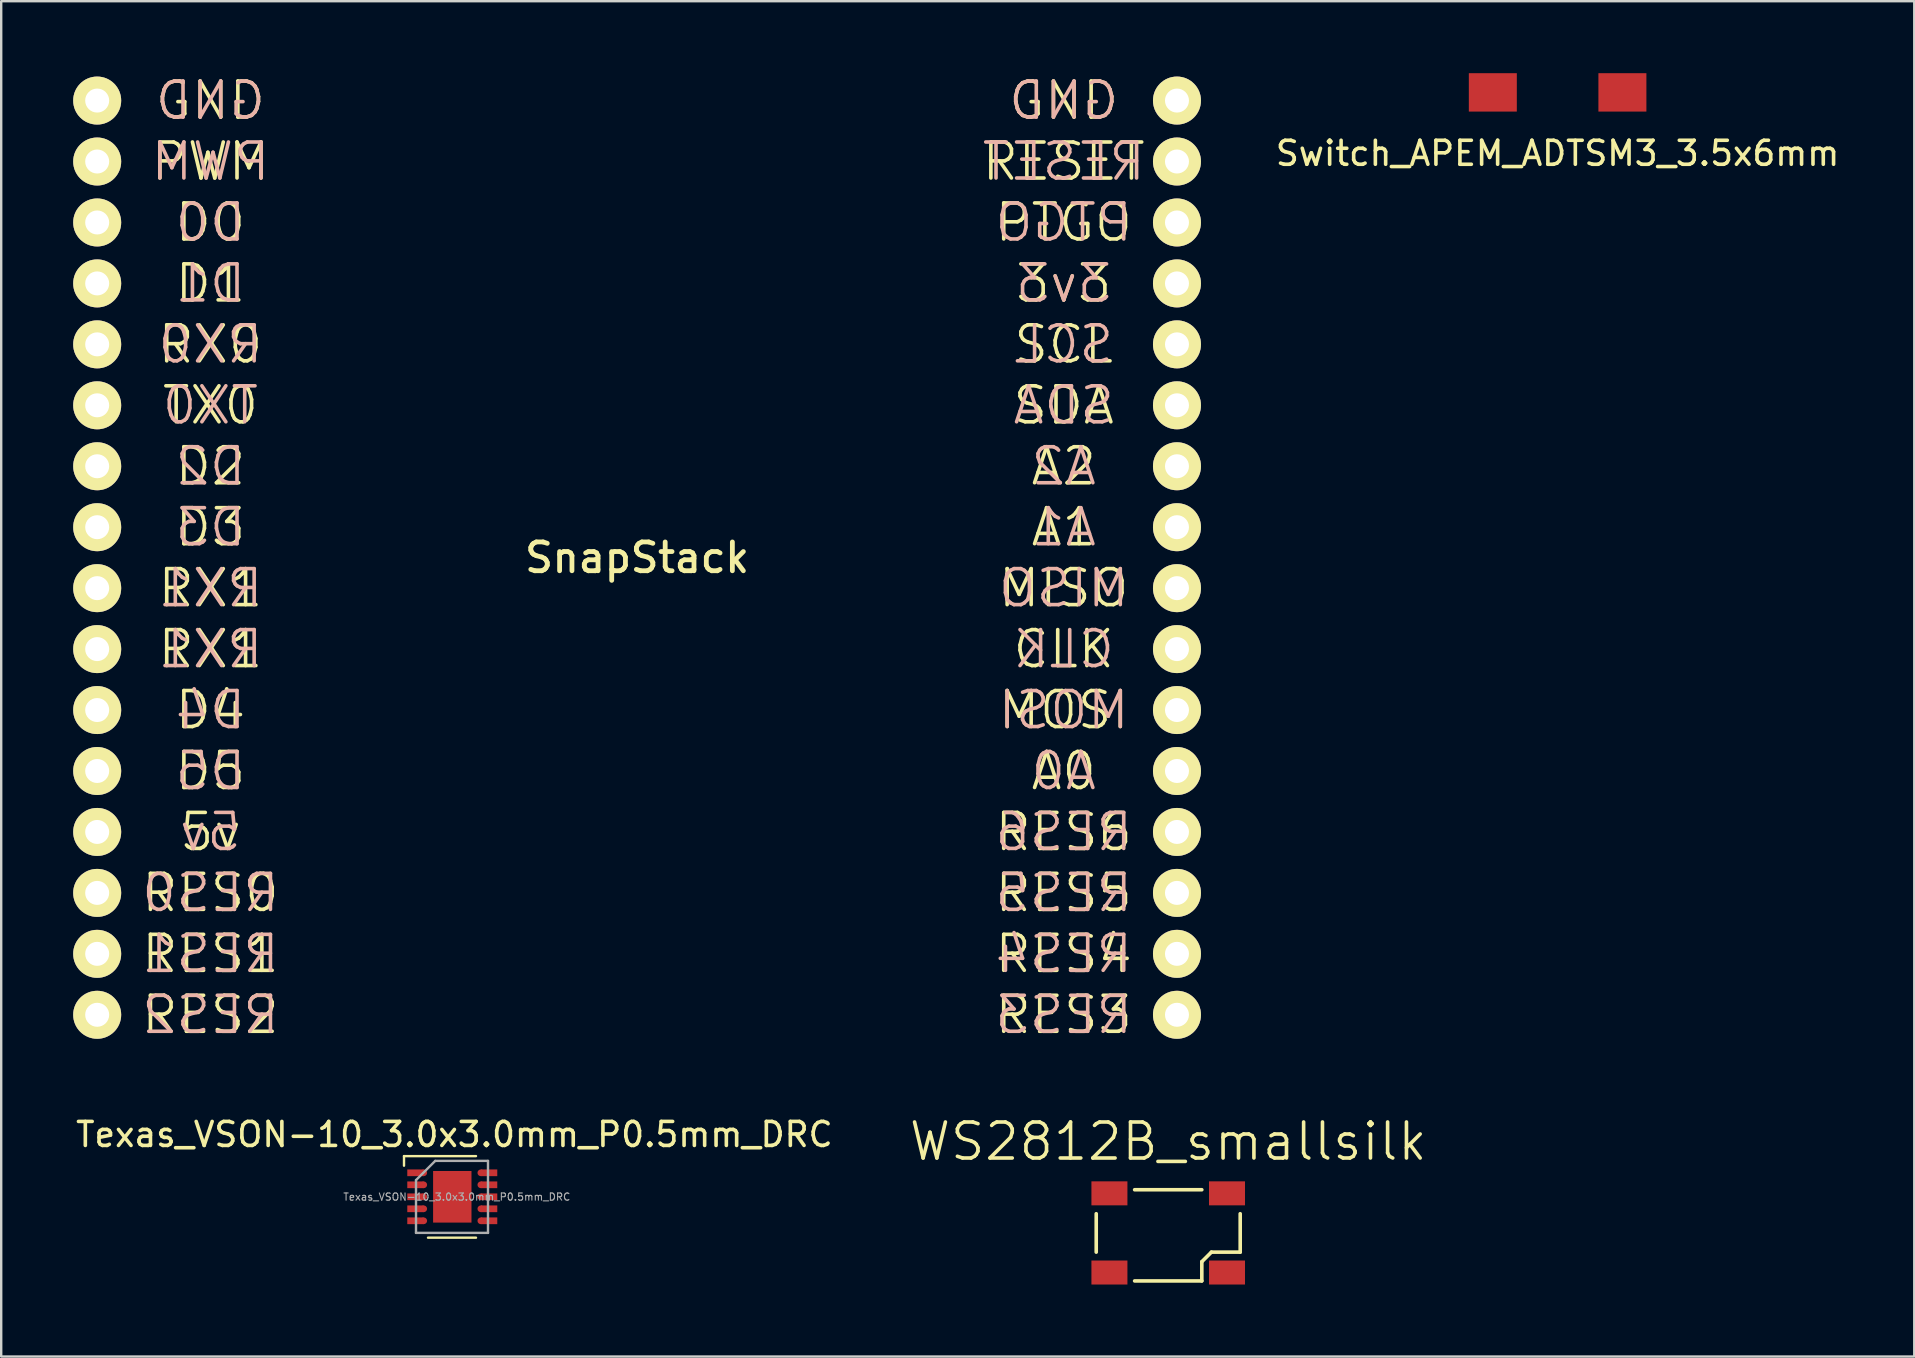
<source format=kicad_pcb>
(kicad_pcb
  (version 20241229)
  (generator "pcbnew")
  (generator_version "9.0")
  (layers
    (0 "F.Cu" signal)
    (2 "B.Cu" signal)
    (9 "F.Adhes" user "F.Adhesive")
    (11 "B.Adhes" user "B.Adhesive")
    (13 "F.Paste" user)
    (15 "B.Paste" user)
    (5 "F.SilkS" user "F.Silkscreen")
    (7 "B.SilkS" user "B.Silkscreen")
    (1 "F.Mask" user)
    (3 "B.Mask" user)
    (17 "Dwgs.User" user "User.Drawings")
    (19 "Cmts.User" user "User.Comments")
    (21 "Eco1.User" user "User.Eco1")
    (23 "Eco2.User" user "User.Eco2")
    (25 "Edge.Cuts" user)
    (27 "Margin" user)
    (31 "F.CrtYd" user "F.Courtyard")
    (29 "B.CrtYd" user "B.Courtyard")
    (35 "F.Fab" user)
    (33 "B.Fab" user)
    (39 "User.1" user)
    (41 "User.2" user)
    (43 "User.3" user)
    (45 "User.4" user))
  (footprint "SnapStack"
    (layer "F.Cu")
    (at 23.5 20.191)
    (property "Reference" "SnapStack" (at 0 0 0) (layer "F.SilkS") (effects (font (size 1.2 1.2) (thickness 0.2))))
    (attr through_hole)
    (fp_text user "RES1" (at -17.78 16.51 0) (layer "F.SilkS") (effects (font (size 1.5 1.5) (thickness 0.15))))
    (fp_text user "PTGO" (at 17.78 -13.97 0) (layer "F.SilkS") (effects (font (size 1.5 1.5) (thickness 0.15))))
    (fp_text user "RES5" (at 17.78 13.97 0) (layer "F.SilkS") (effects (font (size 1.5 1.5) (thickness 0.15))))
    (fp_text user "D5" (at -17.78 8.89 0) (layer "F.SilkS") (effects (font (size 1.5 1.5) (thickness 0.15))))
    (fp_text user "RES3" (at 17.78 19.05 0) (layer "F.SilkS") (effects (font (size 1.5 1.5) (thickness 0.15))))
    (fp_text user "CLK" (at 17.78 3.81 0) (layer "F.SilkS") (effects (font (size 1.5 1.5) (thickness 0.15))))
    (fp_text user "RES0" (at -17.78 13.97 0) (layer "F.SilkS") (effects (font (size 1.5 1.5) (thickness 0.15))))
    (fp_text user "D1" (at -17.78 -11.43 0) (layer "F.SilkS") (effects (font (size 1.5 1.5) (thickness 0.15))))
    (fp_text user "MOSI" (at 17.78 6.35 0) (layer "F.SilkS") (effects (font (size 1.5 1.5) (thickness 0.15))))
    (fp_text user "D2" (at -17.78 -3.81 0) (layer "F.SilkS") (effects (font (size 1.5 1.5) (thickness 0.15))))
    (fp_text user "MISO" (at 17.78 1.27 0) (layer "F.SilkS") (effects (font (size 1.5 1.5) (thickness 0.15))))
    (fp_text user "A0" (at 17.78 8.89 0) (layer "F.SilkS") (effects (font (size 1.5 1.5) (thickness 0.15))))
    (fp_text user "GND" (at -17.78 -19.05 0) (layer "F.SilkS") (effects (font (size 1.5 1.5) (thickness 0.15))))
    (fp_text user "RES4" (at 17.78 16.51 0) (layer "F.SilkS") (effects (font (size 1.5 1.5) (thickness 0.15))))
    (fp_text user "RX1" (at -17.78 1.27 0) (layer "F.SilkS") (effects (font (size 1.5 1.5) (thickness 0.15))))
    (fp_text user "PWM" (at -17.78 -16.51 0) (layer "F.SilkS") (effects (font (size 1.5 1.5) (thickness 0.15))))
    (fp_text user "RES2" (at -17.78 19.05 0) (layer "F.SilkS") (effects (font (size 1.5 1.5) (thickness 0.15))))
    (fp_text user "3v3" (at 17.78 -11.43 0) (layer "F.SilkS") (effects (font (size 1.5 1.5) (thickness 0.15))))
    (fp_text user "SDA" (at 17.78 -6.35 0) (layer "F.SilkS") (effects (font (size 1.5 1.5) (thickness 0.15))))
    (fp_text user "TX0" (at -17.78 -6.35 0) (layer "F.SilkS") (effects (font (size 1.5 1.5) (thickness 0.15))))
    (fp_text user "RESET" (at 17.78 -16.51 0) (layer "F.SilkS") (effects (font (size 1.5 1.5) (thickness 0.15))))
    (fp_text user "D4" (at -17.78 6.35 0) (layer "F.SilkS") (effects (font (size 1.5 1.5) (thickness 0.15))))
    (fp_text user "RX1" (at -17.78 3.81 0) (layer "F.SilkS") (effects (font (size 1.5 1.5) (thickness 0.15))))
    (fp_text user "D3" (at -17.78 -1.27 0) (layer "F.SilkS") (effects (font (size 1.5 1.5) (thickness 0.15))))
    (fp_text user "GND" (at 17.78 -19.05 0) (layer "F.SilkS") (effects (font (size 1.5 1.5) (thickness 0.15))))
    (fp_text user "RES6" (at 17.78 11.43 0) (layer "F.SilkS") (effects (font (size 1.5 1.5) (thickness 0.15))))
    (fp_text user "5v" (at -17.78 11.43 0) (layer "F.SilkS") (effects (font (size 1.5 1.5) (thickness 0.15))))
    (fp_text user "RX0" (at -17.78 -8.89 0) (layer "F.SilkS") (effects (font (size 1.5 1.5) (thickness 0.15))))
    (fp_text user "A2" (at 17.78 -3.81 0) (layer "F.SilkS") (effects (font (size 1.5 1.5) (thickness 0.15))))
    (fp_text user "D0" (at -17.78 -13.97 0) (layer "F.SilkS") (effects (font (size 1.5 1.5) (thickness 0.15))))
    (fp_text user "A1" (at 17.78 -1.27 0) (layer "F.SilkS") (effects (font (size 1.5 1.5) (thickness 0.15))))
    (fp_text user "SCL" (at 17.78 -8.89 0) (layer "F.SilkS") (effects (font (size 1.5 1.5) (thickness 0.15))))
    (fp_text user "GND" (at 17.78 -19.05 0) (layer "B.SilkS") (effects (font (size 1.5 1.5) (thickness 0.15)) (justify mirror)))
    (fp_text user "3v3" (at 17.78 -11.43 0) (layer "B.SilkS") (effects (font (size 1.5 1.5) (thickness 0.15)) (justify mirror)))
    (fp_text user "RES3" (at 17.78 19.05 0) (layer "B.SilkS") (effects (font (size 1.5 1.5) (thickness 0.15)) (justify mirror)))
    (fp_text user "A2" (at 17.78 -3.81 0) (layer "B.SilkS") (effects (font (size 1.5 1.5) (thickness 0.15)) (justify mirror)))
    (fp_text user "A0" (at 17.78 8.89 0) (layer "B.SilkS") (effects (font (size 1.5 1.5) (thickness 0.15)) (justify mirror)))
    (fp_text user "RES6" (at 17.78 11.43 0) (layer "B.SilkS") (effects (font (size 1.5 1.5) (thickness 0.15)) (justify mirror)))
    (fp_text user "PWM" (at -17.78 -16.51 0) (layer "B.SilkS") (effects (font (size 1.5 1.5) (thickness 0.15)) (justify mirror)))
    (fp_text user "RES2" (at -17.78 19.05 0) (layer "B.SilkS") (effects (font (size 1.5 1.5) (thickness 0.15)) (justify mirror)))
    (fp_text user "RES1" (at -17.78 16.51 0) (layer "B.SilkS") (effects (font (size 1.5 1.5) (thickness 0.15)) (justify mirror)))
    (fp_text user "RES5" (at 17.78 13.97 0) (layer "B.SilkS") (effects (font (size 1.5 1.5) (thickness 0.15)) (justify mirror)))
    (fp_text user "PTGO" (at 17.78 -13.97 0) (layer "B.SilkS") (effects (font (size 1.5 1.5) (thickness 0.15)) (justify mirror)))
    (fp_text user "TX0" (at -17.78 -6.35 0) (layer "B.SilkS") (effects (font (size 1.5 1.5) (thickness 0.15)) (justify mirror)))
    (fp_text user "RX0" (at -17.78 -8.89 0) (layer "B.SilkS") (effects (font (size 1.5 1.5) (thickness 0.15)) (justify mirror)))
    (fp_text user "D0" (at -17.78 -13.97 0) (layer "B.SilkS") (effects (font (size 1.5 1.5) (thickness 0.15)) (justify mirror)))
    (fp_text user "MISO" (at 17.78 1.27 0) (layer "B.SilkS") (effects (font (size 1.5 1.5) (thickness 0.15)) (justify mirror)))
    (fp_text user "SDA" (at 17.78 -6.35 0) (layer "B.SilkS") (effects (font (size 1.5 1.5) (thickness 0.15)) (justify mirror)))
    (fp_text user "A1" (at 17.78 -1.27 0) (layer "B.SilkS") (effects (font (size 1.5 1.5) (thickness 0.15)) (justify mirror)))
    (fp_text user "D1" (at -17.78 -11.43 0) (layer "B.SilkS") (effects (font (size 1.5 1.5) (thickness 0.15)) (justify mirror)))
    (fp_text user "MOSI" (at 17.78 6.35 0) (layer "B.SilkS") (effects (font (size 1.5 1.5) (thickness 0.15)) (justify mirror)))
    (fp_text user "D3" (at -17.78 -1.27 0) (layer "B.SilkS") (effects (font (size 1.5 1.5) (thickness 0.15)) (justify mirror)))
    (fp_text user "RES0" (at -17.78 13.97 0) (layer "B.SilkS") (effects (font (size 1.5 1.5) (thickness 0.15)) (justify mirror)))
    (fp_text user "D5" (at -17.78 8.89 0) (layer "B.SilkS") (effects (font (size 1.5 1.5) (thickness 0.15)) (justify mirror)))
    (fp_text user "D4" (at -17.78 6.35 0) (layer "B.SilkS") (effects (font (size 1.5 1.5) (thickness 0.15)) (justify mirror)))
    (fp_text user "5v" (at -17.78 11.43 0) (layer "B.SilkS") (effects (font (size 1.5 1.5) (thickness 0.15)) (justify mirror)))
    (fp_text user "RX1" (at -17.78 3.81 0) (layer "B.SilkS") (effects (font (size 1.5 1.5) (thickness 0.15)) (justify mirror)))
    (fp_text user "SCL" (at 17.78 -8.89 0) (layer "B.SilkS") (effects (font (size 1.5 1.5) (thickness 0.15)) (justify mirror)))
    (fp_text user "RX1" (at -17.78 1.27 0) (layer "B.SilkS") (effects (font (size 1.5 1.5) (thickness 0.15)) (justify mirror)))
    (fp_text user "CLK" (at 17.78 3.81 0) (layer "B.SilkS") (effects (font (size 1.5 1.5) (thickness 0.15)) (justify mirror)))
    (fp_text user "D2" (at -17.78 -3.81 0) (layer "B.SilkS") (effects (font (size 1.5 1.5) (thickness 0.15)) (justify mirror)))
    (fp_text user "GND" (at -17.78 -19.05 0) (layer "B.SilkS") (effects (font (size 1.5 1.5) (thickness 0.15)) (justify mirror)))
    (fp_text user "RES4" (at 17.78 16.51 0) (layer "B.SilkS") (effects (font (size 1.5 1.5) (thickness 0.15)) (justify mirror)))
    (fp_text user "RESET" (at 17.78 -16.51 0) (layer "B.SilkS") (effects (font (size 1.5 1.5) (thickness 0.15)) (justify mirror)))
    (pad "1" thru_hole oval (at -22.5 -19.05) (size 2 2) (drill 1) (layers "*.Cu" "*.Mask" "F.SilkS"))
    (pad "2" thru_hole oval (at -22.5 -16.51) (size 2 2) (drill 1) (layers "*.Cu" "*.Mask" "F.SilkS"))
    (pad "3" thru_hole oval (at -22.5 -13.97) (size 2 2) (drill 1) (layers "*.Cu" "*.Mask" "F.SilkS"))
    (pad "4" thru_hole oval (at -22.5 -11.43) (size 2 2) (drill 1) (layers "*.Cu" "*.Mask" "F.SilkS"))
    (pad "5" thru_hole oval (at -22.5 -8.89) (size 2 2) (drill 1) (layers "*.Cu" "*.Mask" "F.SilkS"))
    (pad "6" thru_hole oval (at -22.5 -6.35) (size 2 2) (drill 1) (layers "*.Cu" "*.Mask" "F.SilkS"))
    (pad "7" thru_hole oval (at -22.5 -3.81) (size 2 2) (drill 1) (layers "*.Cu" "*.Mask" "F.SilkS"))
    (pad "8" thru_hole oval (at -22.5 -1.27) (size 2 2) (drill 1) (layers "*.Cu" "*.Mask" "F.SilkS"))
    (pad "9" thru_hole oval (at -22.5 1.27) (size 2 2) (drill 1) (layers "*.Cu" "*.Mask" "F.SilkS"))
    (pad "10" thru_hole oval (at -22.5 3.81) (size 2 2) (drill 1) (layers "*.Cu" "*.Mask" "F.SilkS"))
    (pad "11" thru_hole oval (at -22.5 6.35) (size 2 2) (drill 1) (layers "*.Cu" "*.Mask" "F.SilkS"))
    (pad "12" thru_hole oval (at -22.5 8.89) (size 2 2) (drill 1) (layers "*.Cu" "*.Mask" "F.SilkS"))
    (pad "13" thru_hole oval (at -22.5 11.43) (size 2 2) (drill 1) (layers "*.Cu" "*.Mask" "F.SilkS"))
    (pad "14" thru_hole oval (at -22.5 13.97) (size 2 2) (drill 1) (layers "*.Cu" "*.Mask" "F.SilkS"))
    (pad "15" thru_hole oval (at -22.5 16.51) (size 2 2) (drill 1) (layers "*.Cu" "*.Mask" "F.SilkS"))
    (pad "16" thru_hole oval (at -22.5 19.05) (size 2 2) (drill 1) (layers "*.Cu" "*.Mask" "F.SilkS"))
    (pad "17" thru_hole oval (at 22.5 19.05) (size 2 2) (drill 1) (layers "*.Cu" "*.Mask" "F.SilkS"))
    (pad "18" thru_hole oval (at 22.5 16.51) (size 2 2) (drill 1) (layers "*.Cu" "*.Mask" "F.SilkS"))
    (pad "19" thru_hole oval (at 22.5 13.97) (size 2 2) (drill 1) (layers "*.Cu" "*.Mask" "F.SilkS"))
    (pad "20" thru_hole oval (at 22.5 11.43) (size 2 2) (drill 1) (layers "*.Cu" "*.Mask" "F.SilkS"))
    (pad "21" thru_hole oval (at 22.5 8.89) (size 2 2) (drill 1) (layers "*.Cu" "*.Mask" "F.SilkS"))
    (pad "22" thru_hole oval (at 22.5 6.35) (size 2 2) (drill 1) (layers "*.Cu" "*.Mask" "F.SilkS"))
    (pad "23" thru_hole oval (at 22.5 3.81) (size 2 2) (drill 1) (layers "*.Cu" "*.Mask" "F.SilkS"))
    (pad "24" thru_hole oval (at 22.5 1.27) (size 2 2) (drill 1) (layers "*.Cu" "*.Mask" "F.SilkS"))
    (pad "25" thru_hole oval (at 22.5 -1.27) (size 2 2) (drill 1) (layers "*.Cu" "*.Mask" "F.SilkS"))
    (pad "26" thru_hole oval (at 22.5 -3.81) (size 2 2) (drill 1) (layers "*.Cu" "*.Mask" "F.SilkS"))
    (pad "27" thru_hole oval (at 22.5 -6.35) (size 2 2) (drill 1) (layers "*.Cu" "*.Mask" "F.SilkS"))
    (pad "28" thru_hole oval (at 22.5 -8.89) (size 2 2) (drill 1) (layers "*.Cu" "*.Mask" "F.SilkS"))
    (pad "29" thru_hole oval (at 22.5 -11.43) (size 2 2) (drill 1) (layers "*.Cu" "*.Mask" "F.SilkS"))
    (pad "30" thru_hole oval (at 22.5 -13.97) (size 2 2) (drill 1) (layers "*.Cu" "*.Mask" "F.SilkS"))
    (pad "31" thru_hole oval (at 22.5 -16.51) (size 2 2) (drill 1) (layers "*.Cu" "*.Mask" "F.SilkS"))
    (pad "32" thru_hole oval (at 22.5 -19.05) (size 2 2) (drill 1) (layers "*.Cu" "*.Mask" "F.SilkS")))
  (footprint "WS2812B_smallsilk"
    (layer "F.Cu")
    (at 45.635 48.332)
    (property "Reference" "WS2812B_smallsilk" (at 0 -3.81 0) (layer "F.SilkS") (effects (font (size 1.5 1.5) (thickness 0.15))))
    (attr through_hole)
    (fp_line (start -3 0.8) (end -3 -0.8) (stroke (width 0.15) (type solid)) (layer "F.SilkS"))
    (fp_line (start -1.4 -1.8) (end 1.4 -1.8) (stroke (width 0.15) (type solid)) (layer "F.SilkS"))
    (fp_line (start 1.4 1.2) (end 1.8 0.8) (stroke (width 0.15) (type solid)) (layer "F.SilkS"))
    (fp_line (start 1.4 2) (end -1.4 2) (stroke (width 0.15) (type solid)) (layer "F.SilkS"))
    (fp_line (start 1.4 2) (end 1.4 1.2) (stroke (width 0.15) (type solid)) (layer "F.SilkS"))
    (fp_line (start 1.8 0.8) (end 3 0.8) (stroke (width 0.15) (type solid)) (layer "F.SilkS"))
    (fp_line (start 3 -0.8) (end 3 0.8) (stroke (width 0.15) (type solid)) (layer "F.SilkS"))
    (pad "1" smd rect (at -2.45 -1.65) (size 1.5 1) (layers "F.Cu" "F.Mask" "F.Paste"))
    (pad "2" smd rect (at -2.45 1.65) (size 1.5 1) (layers "F.Cu" "F.Mask" "F.Paste"))
    (pad "3" smd rect (at 2.45 1.65) (size 1.5 1) (layers "F.Cu" "F.Mask" "F.Paste"))
    (pad "4" smd rect (at 2.45 -1.65) (size 1.5 1) (layers "F.Cu" "F.Mask" "F.Paste")))
  (footprint "Switch_APEM_ADTSM3_3.5x6mm"
    (layer "F.Cu")
    (at 61.863 0.8)
    (property "Reference" "Switch_APEM_ADTSM3_3.5x6mm" (at 0 2.54 0) (layer "F.SilkS") (effects (font (size 1 1) (thickness 0.15))))
    (attr through_hole)
    (pad "1" smd rect (at -2.7 0) (size 2 1.6) (layers "F.Cu" "F.Mask" "F.Paste"))
    (pad "1" smd rect (at 2.7 0) (size 2 1.6) (layers "F.Cu" "F.Mask" "F.Paste")))
  (footprint "Texas_VSON-10_3.0x3.0mm_P0.5mm_DRC"
    (layer "F.Cu")
    (at 15.787 46.83)
    (property "Reference" "Texas_VSON-10_3.0x3.0mm_P0.5mm_DRC" (at 0.1 -2.6 0) (layer "F.SilkS") (effects (font (size 1 1) (thickness 0.15))))
    (attr through_hole)
    (fp_line (start -2 -1.7) (end 1 -1.7) (stroke (width 0.1) (type solid)) (layer "F.SilkS"))
    (fp_line (start -2 -1.3) (end -2 -1.7) (stroke (width 0.1) (type solid)) (layer "F.SilkS"))
    (fp_line (start 1 1.7) (end -1 1.7) (stroke (width 0.1) (type solid)) (layer "F.SilkS"))
    (fp_line (start -1.5 -0.7) (end -1.5 1.5) (stroke (width 0.1) (type solid)) (layer "F.Fab"))
    (fp_line (start -0.7 -1.5) (end -1.5 -0.7) (stroke (width 0.1) (type solid)) (layer "F.Fab"))
    (fp_line (start 1.5 -1.5) (end -0.7 -1.5) (stroke (width 0.1) (type solid)) (layer "F.Fab"))
    (fp_line (start 1.5 -1.5) (end 1.5 1.5) (stroke (width 0.1) (type solid)) (layer "F.Fab"))
    (fp_line (start 1.5 1.5) (end -1.5 1.5) (stroke (width 0.1) (type solid)) (layer "F.Fab"))
    (fp_text user "${REFERENCE}" (at 0.2 0 0) (layer "F.Fab") (effects (font (size 0.3 0.3) (thickness 0.045))))
    (pad "1" smd rect (at -1.521 -1.004 90) (size 0.28 0.685) (layers "F.Cu" "F.Mask" "F.Paste"))
    (pad "1" smd circle (at -1.178 -1.004 90) (size 0.28 0.28) (layers "F.Cu" "F.Mask" "F.Paste"))
    (pad "2" smd rect (at -1.521 -0.504 90) (size 0.28 0.685) (layers "F.Cu" "F.Mask" "F.Paste"))
    (pad "2" smd circle (at -1.178 -0.504 90) (size 0.28 0.28) (layers "F.Cu" "F.Mask" "F.Paste"))
    (pad "3" smd rect (at -1.521 -0.004 90) (size 0.28 0.685) (layers "F.Cu" "F.Mask" "F.Paste"))
    (pad "3" smd circle (at -1.178 -0.004 90) (size 0.28 0.28) (layers "F.Cu" "F.Mask" "F.Paste"))
    (pad "4" smd rect (at -1.521 0.496 90) (size 0.28 0.685) (layers "F.Cu" "F.Mask" "F.Paste"))
    (pad "4" smd circle (at -1.178 0.496 90) (size 0.28 0.28) (layers "F.Cu" "F.Mask" "F.Paste"))
    (pad "5" smd rect (at -1.521 0.996 90) (size 0.28 0.685) (layers "F.Cu" "F.Mask" "F.Paste"))
    (pad "5" smd circle (at -1.178 0.996 90) (size 0.28 0.28) (layers "F.Cu" "F.Mask" "F.Paste"))
    (pad "6" smd circle (at 1.202 0.996 90) (size 0.28 0.28) (layers "F.Cu" "F.Mask" "F.Paste"))
    (pad "6" smd rect (at 1.544 0.996 90) (size 0.28 0.685) (layers "F.Cu" "F.Mask" "F.Paste"))
    (pad "7" smd circle (at 1.202 0.496 90) (size 0.28 0.28) (layers "F.Cu" "F.Mask" "F.Paste"))
    (pad "7" smd rect (at 1.544 0.496 90) (size 0.28 0.685) (layers "F.Cu" "F.Mask" "F.Paste"))
    (pad "8" smd circle (at 1.202 -0.004 90) (size 0.28 0.28) (layers "F.Cu" "F.Mask" "F.Paste"))
    (pad "8" smd rect (at 1.544 -0.004 90) (size 0.28 0.685) (layers "F.Cu" "F.Mask" "F.Paste"))
    (pad "9" smd circle (at 1.202 -0.504 90) (size 0.28 0.28) (layers "F.Cu" "F.Mask" "F.Paste"))
    (pad "9" smd rect (at 1.544 -0.504 90) (size 0.28 0.685) (layers "F.Cu" "F.Mask" "F.Paste"))
    (pad "10" smd circle (at 1.202 -1.004 90) (size 0.28 0.28) (layers "F.Cu" "F.Mask" "F.Paste"))
    (pad "10" smd rect (at 1.544 -1.004 90) (size 0.28 0.685) (layers "F.Cu" "F.Mask" "F.Paste"))
    (pad "11" smd rect (at 0.012 -0.004 90) (size 2.15 1.6) (layers "F.Cu" "F.Mask"))
    (pad "~" smd rect (at -0.423 -0.564 90) (size 0.9 0.65) (layers "F.Cu" "F.Paste"))
    (pad "~" smd rect (at -0.423 0.556 90) (size 0.9 0.65) (layers "F.Cu" "F.Paste"))
    (pad "~" smd rect (at 0.447 -0.564 90) (size 0.9 0.65) (layers "F.Cu" "F.Paste"))
    (pad "~" smd rect (at 0.447 0.556 90) (size 0.9 0.65) (layers "F.Cu" "F.Paste")))
  (gr_rect
    (start -3 -3)
    (end 76.726 53.482)
    (stroke (width 0.1) (type default))
    (fill no)
    (layer "Edge.Cuts")))
</source>
